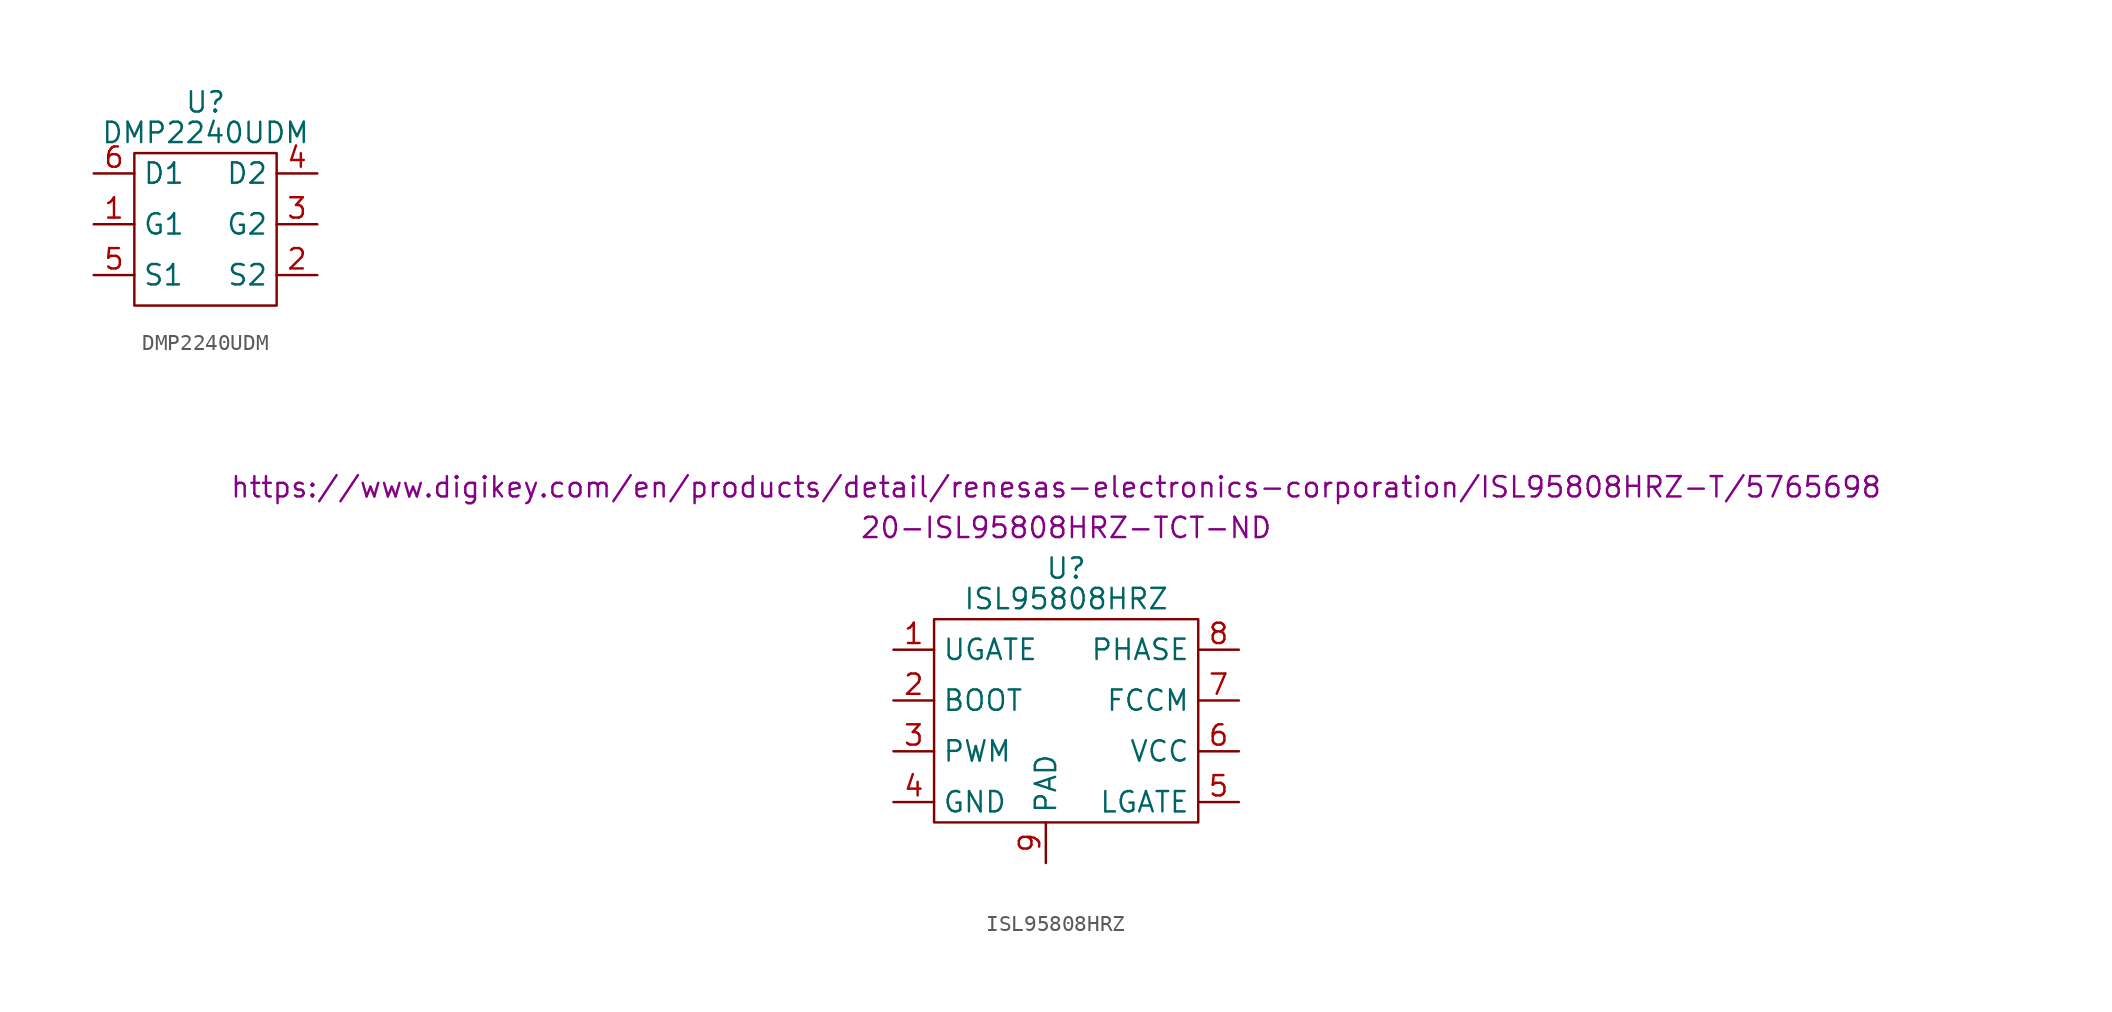
<source format=kicad_sym>
(kicad_symbol_lib
  (version 20211014)
  (generator kicad_symbol_editor)
  (symbol "DMP2240UDM"
    (property "Reference" "U"
      (at 0 9.525 0)
      (effects (font (size 1.27 1.27))))
    (property "Value" "DMP2240UDM"
      (at 0 7.62 0)
      (effects (font (size 1.27 1.27))))
    (symbol "DMP2240UDM_0_1"
      (rectangle (start 4.445 -3.175) (end -4.445 6.35) (stroke (width 0) (type default) (color 0 0 0 0)) (fill (type none))))
    (symbol "DMP2240UDM_1_1"
      (pin input line (at -6.985 1.905 0) (length 2.54) (name "G1" (effects (font (size 1.27 1.27)))) (number "1" (effects (font (size 1.27 1.27)))))
      (pin bidirectional line (at 6.985 -1.27 180) (length 2.54) (name "S2" (effects (font (size 1.27 1.27)))) (number "2" (effects (font (size 1.27 1.27)))))
      (pin input line (at 6.985 1.905 180) (length 2.54) (name "G2" (effects (font (size 1.27 1.27)))) (number "3" (effects (font (size 1.27 1.27)))))
      (pin bidirectional line (at 6.985 5.08 180) (length 2.54) (name "D2" (effects (font (size 1.27 1.27)))) (number "4" (effects (font (size 1.27 1.27)))))
      (pin bidirectional line (at -6.985 -1.27 0) (length 2.54) (name "S1" (effects (font (size 1.27 1.27)))) (number "5" (effects (font (size 1.27 1.27)))))
      (pin bidirectional line (at -6.985 5.08 0) (length 2.54) (name "D1" (effects (font (size 1.27 1.27)))) (number "6" (effects (font (size 1.27 1.27)))))))
  (symbol "ISL95808HRZ"
    (property "Reference" "U"
      (at 0 9.525 0)
      (effects (font (size 1.27 1.27))))
    (property "Value" "ISL95808HRZ"
      (at 0 7.62 0)
      (effects (font (size 1.27 1.27))))
    (property "DK_Detail_Page" "https://www.digikey.com/en/products/detail/renesas-electronics-corporation/ISL95808HRZ-T/5765698"
      (at -0.635 14.605 0)
      (effects (font (size 1.27 1.27))))
    (property "Digi-Key_PN" "20-ISL95808HRZ-TCT-ND"
      (at 0 12.065 0)
      (effects (font (size 1.27 1.27))))
    (symbol "ISL95808HRZ_0_1"
      (rectangle (start -8.255 6.35) (end 8.255 -6.35) (stroke (width 0) (type default) (color 0 0 0 0)) (fill (type none))))
    (symbol "ISL95808HRZ_1_1"
      (pin bidirectional line (at -10.795 4.445 0) (length 2.54) (name "UGATE" (effects (font (size 1.27 1.27)))) (number "1" (effects (font (size 1.27 1.27)))))
      (pin bidirectional line (at -10.795 1.27 0) (length 2.54) (name "BOOT" (effects (font (size 1.27 1.27)))) (number "2" (effects (font (size 1.27 1.27)))))
      (pin bidirectional line (at -10.795 -1.905 0) (length 2.54) (name "PWM" (effects (font (size 1.27 1.27)))) (number "3" (effects (font (size 1.27 1.27)))))
      (pin bidirectional line (at -10.795 -5.08 0) (length 2.54) (name "GND" (effects (font (size 1.27 1.27)))) (number "4" (effects (font (size 1.27 1.27)))))
      (pin bidirectional line (at 10.795 -5.08 180) (length 2.54) (name "LGATE" (effects (font (size 1.27 1.27)))) (number "5" (effects (font (size 1.27 1.27)))))
      (pin bidirectional line (at 10.795 -1.905 180) (length 2.54) (name "VCC" (effects (font (size 1.27 1.27)))) (number "6" (effects (font (size 1.27 1.27)))))
      (pin bidirectional line (at 10.795 1.27 180) (length 2.54) (name "FCCM" (effects (font (size 1.27 1.27)))) (number "7" (effects (font (size 1.27 1.27)))))
      (pin bidirectional line (at 10.795 4.445 180) (length 2.54) (name "PHASE" (effects (font (size 1.27 1.27)))) (number "8" (effects (font (size 1.27 1.27)))))
      (pin bidirectional line (at -1.27 -8.89 90) (length 2.54) (name "PAD" (effects (font (size 1.27 1.27)))) (number "9" (effects (font (size 1.27 1.27))))))))
</source>
